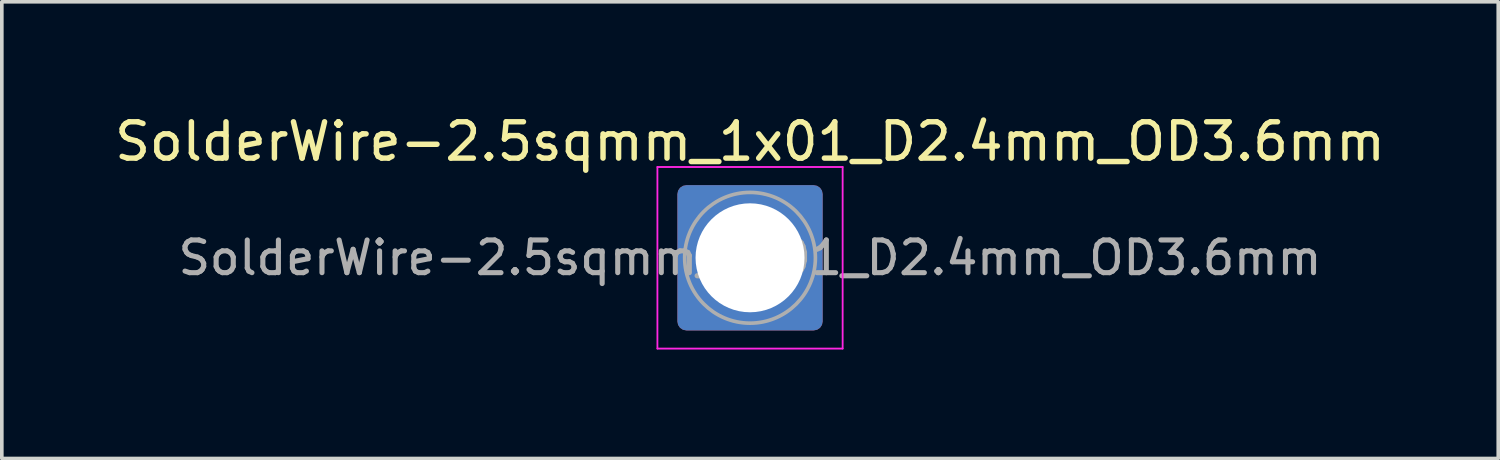
<source format=kicad_pcb>
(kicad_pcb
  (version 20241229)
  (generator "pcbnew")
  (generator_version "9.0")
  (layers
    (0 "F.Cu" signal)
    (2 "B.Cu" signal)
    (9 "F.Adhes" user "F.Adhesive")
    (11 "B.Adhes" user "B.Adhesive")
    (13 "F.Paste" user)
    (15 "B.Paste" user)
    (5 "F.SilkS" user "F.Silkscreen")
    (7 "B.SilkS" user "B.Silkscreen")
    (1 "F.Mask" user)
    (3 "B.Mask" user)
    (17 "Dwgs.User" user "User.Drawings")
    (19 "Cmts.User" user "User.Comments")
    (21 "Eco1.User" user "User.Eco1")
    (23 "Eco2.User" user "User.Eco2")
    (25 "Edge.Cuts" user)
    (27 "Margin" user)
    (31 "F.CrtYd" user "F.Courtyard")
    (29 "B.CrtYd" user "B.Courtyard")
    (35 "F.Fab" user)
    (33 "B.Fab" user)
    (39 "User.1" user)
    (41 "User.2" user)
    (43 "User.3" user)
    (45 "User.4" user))
  (footprint "SolderWire-2.5sqmm_1x01_D2.4mm_OD3.6mm"
    (layer "F.Cu")
    (at 17.601 4.048)
    (property "Reference" "SolderWire-2.5sqmm_1x01_D2.4mm_OD3.6mm" (at 0 -3.2 0) (layer "F.SilkS") (effects (font (size 1 1) (thickness 0.15))))
    (attr exclude_from_pos_files exclude_from_bom)
    (fp_line (start -2.55 -2.5) (end -2.55 2.5) (stroke (width 0.05) (type solid)) (layer "F.CrtYd"))
    (fp_line (start -2.55 2.5) (end 2.55 2.5) (stroke (width 0.05) (type solid)) (layer "F.CrtYd"))
    (fp_line (start 2.55 -2.5) (end -2.55 -2.5) (stroke (width 0.05) (type solid)) (layer "F.CrtYd"))
    (fp_line (start 2.55 2.5) (end 2.55 -2.5) (stroke (width 0.05) (type solid)) (layer "F.CrtYd"))
    (fp_circle (center 0 0) (end 1.8 0) (stroke (width 0.1) (type solid)) (fill no) (layer "F.Fab"))
    (fp_text user "${REFERENCE}" (at 0 0 0) (layer "F.Fab") (effects (font (size 0.9 0.9) (thickness 0.14))))
    (pad "1" thru_hole roundrect (at 0 0) (size 4 4) (drill 3) (layers "*.Cu" "*.Mask") (roundrect_rratio 0.062)))
  (gr_rect
    (start -3 -3)
    (end 38.202 9.573)
    (stroke (width 0.1) (type default))
    (fill no)
    (layer "Edge.Cuts")))
</source>
